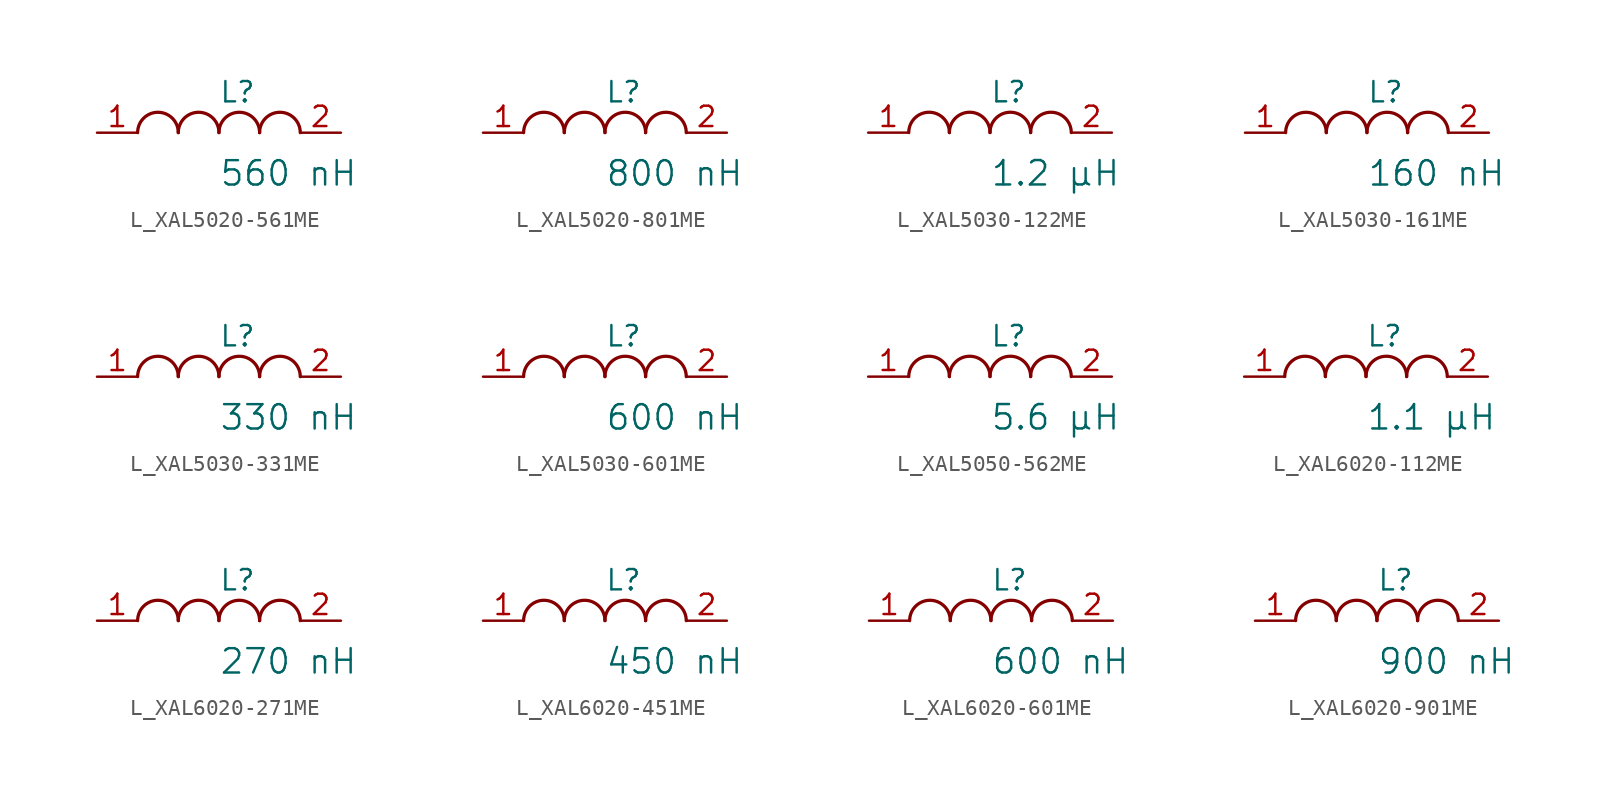
<source format=kicad_sym>
(kicad_symbol_lib
  (version 20231120)
  (generator "kicad_symbol_editor")
  (generator_version "8.0")
  (symbol "L_XAL5020-561ME"
    (pin_names
      (offset 0.254))
    (property "Reference" "L"
      (at 0 2.54 0)
      (effects (font (size 1.27 1.27)) (justify left)))
    (property "Value" "560 nH"
      (at 0 -2.54 0)
      (effects (font (size 1.524 1.524)) (justify left)))
    (symbol "L_XAL5020-561ME_1_1"
      (arc (start -2.54 0.0056) (mid -3.81 1.27) (end -5.08 0.0056) (stroke (width 0.2032) (type default)) (fill (type none)))
      (arc (start 0 0.0056) (mid -1.27 1.27) (end -2.54 0.0056) (stroke (width 0.2032) (type default)) (fill (type none)))
      (arc (start 2.54 0.0056) (mid 1.27 1.27) (end 0 0.0056) (stroke (width 0.2032) (type default)) (fill (type none)))
      (arc (start 5.08 0.0056) (mid 3.81 1.27) (end 2.54 0.0056) (stroke (width 0.2032) (type default)) (fill (type none)))
      (pin unspecified line (at -7.62 0 0) (length 2.54) (name "" (effects (font (size 1.27 1.27)))) (number "1" (effects (font (size 1.27 1.27)))))
      (pin unspecified line (at 7.62 0 180) (length 2.54) (name "" (effects (font (size 1.27 1.27)))) (number "2" (effects (font (size 1.27 1.27)))))))
  (symbol "L_XAL5020-801ME"
    (pin_names
      (offset 0.254))
    (property "Reference" "L"
      (at 0 2.54 0)
      (effects (font (size 1.27 1.27)) (justify left)))
    (property "Value" "800 nH"
      (at 0 -2.54 0)
      (effects (font (size 1.524 1.524)) (justify left)))
    (symbol "L_XAL5020-801ME_1_1"
      (arc (start -2.54 0.0056) (mid -3.81 1.27) (end -5.08 0.0056) (stroke (width 0.2032) (type default)) (fill (type none)))
      (arc (start 0 0.0056) (mid -1.27 1.27) (end -2.54 0.0056) (stroke (width 0.2032) (type default)) (fill (type none)))
      (arc (start 2.54 0.0056) (mid 1.27 1.27) (end 0 0.0056) (stroke (width 0.2032) (type default)) (fill (type none)))
      (arc (start 5.08 0.0056) (mid 3.81 1.27) (end 2.54 0.0056) (stroke (width 0.2032) (type default)) (fill (type none)))
      (pin unspecified line (at -7.62 0 0) (length 2.54) (name "" (effects (font (size 1.27 1.27)))) (number "1" (effects (font (size 1.27 1.27)))))
      (pin unspecified line (at 7.62 0 180) (length 2.54) (name "" (effects (font (size 1.27 1.27)))) (number "2" (effects (font (size 1.27 1.27)))))))
  (symbol "L_XAL5030-122ME"
    (pin_names
      (offset 0.254))
    (property "Reference" "L"
      (at 0 2.54 0)
      (effects (font (size 1.27 1.27)) (justify left)))
    (property "Value" "1.2 µH"
      (at 0 -2.54 0)
      (effects (font (size 1.524 1.524)) (justify left)))
    (symbol "L_XAL5030-122ME_1_1"
      (arc (start -2.54 0.0056) (mid -3.81 1.27) (end -5.08 0.0056) (stroke (width 0.2032) (type default)) (fill (type none)))
      (arc (start 0 0.0056) (mid -1.27 1.27) (end -2.54 0.0056) (stroke (width 0.2032) (type default)) (fill (type none)))
      (arc (start 2.54 0.0056) (mid 1.27 1.27) (end 0 0.0056) (stroke (width 0.2032) (type default)) (fill (type none)))
      (arc (start 5.08 0.0056) (mid 3.81 1.27) (end 2.54 0.0056) (stroke (width 0.2032) (type default)) (fill (type none)))
      (pin unspecified line (at -7.62 0 0) (length 2.54) (name "" (effects (font (size 1.27 1.27)))) (number "1" (effects (font (size 1.27 1.27)))))
      (pin unspecified line (at 7.62 0 180) (length 2.54) (name "" (effects (font (size 1.27 1.27)))) (number "2" (effects (font (size 1.27 1.27)))))))
  (symbol "L_XAL5030-161ME"
    (pin_names
      (offset 0.254))
    (property "Reference" "L"
      (at 0 2.54 0)
      (effects (font (size 1.27 1.27)) (justify left)))
    (property "Value" "160 nH"
      (at 0 -2.54 0)
      (effects (font (size 1.524 1.524)) (justify left)))
    (symbol "L_XAL5030-161ME_1_1"
      (arc (start -2.54 0.0056) (mid -3.81 1.27) (end -5.08 0.0056) (stroke (width 0.2032) (type default)) (fill (type none)))
      (arc (start 0 0.0056) (mid -1.27 1.27) (end -2.54 0.0056) (stroke (width 0.2032) (type default)) (fill (type none)))
      (arc (start 2.54 0.0056) (mid 1.27 1.27) (end 0 0.0056) (stroke (width 0.2032) (type default)) (fill (type none)))
      (arc (start 5.08 0.0056) (mid 3.81 1.27) (end 2.54 0.0056) (stroke (width 0.2032) (type default)) (fill (type none)))
      (pin unspecified line (at -7.62 0 0) (length 2.54) (name "" (effects (font (size 1.27 1.27)))) (number "1" (effects (font (size 1.27 1.27)))))
      (pin unspecified line (at 7.62 0 180) (length 2.54) (name "" (effects (font (size 1.27 1.27)))) (number "2" (effects (font (size 1.27 1.27)))))))
  (symbol "L_XAL5030-331ME"
    (pin_names
      (offset 0.254))
    (property "Reference" "L"
      (at 0 2.54 0)
      (effects (font (size 1.27 1.27)) (justify left)))
    (property "Value" "330 nH"
      (at 0 -2.54 0)
      (effects (font (size 1.524 1.524)) (justify left)))
    (symbol "L_XAL5030-331ME_1_1"
      (arc (start -2.54 0.0056) (mid -3.81 1.27) (end -5.08 0.0056) (stroke (width 0.2032) (type default)) (fill (type none)))
      (arc (start 0 0.0056) (mid -1.27 1.27) (end -2.54 0.0056) (stroke (width 0.2032) (type default)) (fill (type none)))
      (arc (start 2.54 0.0056) (mid 1.27 1.27) (end 0 0.0056) (stroke (width 0.2032) (type default)) (fill (type none)))
      (arc (start 5.08 0.0056) (mid 3.81 1.27) (end 2.54 0.0056) (stroke (width 0.2032) (type default)) (fill (type none)))
      (pin unspecified line (at -7.62 0 0) (length 2.54) (name "" (effects (font (size 1.27 1.27)))) (number "1" (effects (font (size 1.27 1.27)))))
      (pin unspecified line (at 7.62 0 180) (length 2.54) (name "" (effects (font (size 1.27 1.27)))) (number "2" (effects (font (size 1.27 1.27)))))))
  (symbol "L_XAL5030-601ME"
    (pin_names
      (offset 0.254))
    (property "Reference" "L"
      (at 0 2.54 0)
      (effects (font (size 1.27 1.27)) (justify left)))
    (property "Value" "600 nH"
      (at 0 -2.54 0)
      (effects (font (size 1.524 1.524)) (justify left)))
    (symbol "L_XAL5030-601ME_1_1"
      (arc (start -2.54 0.0056) (mid -3.81 1.27) (end -5.08 0.0056) (stroke (width 0.2032) (type default)) (fill (type none)))
      (arc (start 0 0.0056) (mid -1.27 1.27) (end -2.54 0.0056) (stroke (width 0.2032) (type default)) (fill (type none)))
      (arc (start 2.54 0.0056) (mid 1.27 1.27) (end 0 0.0056) (stroke (width 0.2032) (type default)) (fill (type none)))
      (arc (start 5.08 0.0056) (mid 3.81 1.27) (end 2.54 0.0056) (stroke (width 0.2032) (type default)) (fill (type none)))
      (pin unspecified line (at -7.62 0 0) (length 2.54) (name "" (effects (font (size 1.27 1.27)))) (number "1" (effects (font (size 1.27 1.27)))))
      (pin unspecified line (at 7.62 0 180) (length 2.54) (name "" (effects (font (size 1.27 1.27)))) (number "2" (effects (font (size 1.27 1.27)))))))
  (symbol "L_XAL5050-562ME"
    (pin_names
      (offset 0.254))
    (property "Reference" "L"
      (at 0 2.54 0)
      (effects (font (size 1.27 1.27)) (justify left)))
    (property "Value" "5.6 µH"
      (at 0 -2.54 0)
      (effects (font (size 1.524 1.524)) (justify left)))
    (symbol "L_XAL5050-562ME_1_1"
      (arc (start -2.54 0.0056) (mid -3.81 1.27) (end -5.08 0.0056) (stroke (width 0.2032) (type default)) (fill (type none)))
      (arc (start 0 0.0056) (mid -1.27 1.27) (end -2.54 0.0056) (stroke (width 0.2032) (type default)) (fill (type none)))
      (arc (start 2.54 0.0056) (mid 1.27 1.27) (end 0 0.0056) (stroke (width 0.2032) (type default)) (fill (type none)))
      (arc (start 5.08 0.0056) (mid 3.81 1.27) (end 2.54 0.0056) (stroke (width 0.2032) (type default)) (fill (type none)))
      (pin unspecified line (at -7.62 0 0) (length 2.54) (name "" (effects (font (size 1.27 1.27)))) (number "1" (effects (font (size 1.27 1.27)))))
      (pin unspecified line (at 7.62 0 180) (length 2.54) (name "" (effects (font (size 1.27 1.27)))) (number "2" (effects (font (size 1.27 1.27)))))))
  (symbol "L_XAL6020-112ME"
    (pin_names
      (offset 0.254))
    (property "Reference" "L"
      (at 0 2.54 0)
      (effects (font (size 1.27 1.27)) (justify left)))
    (property "Value" "1.1 µH"
      (at 0 -2.54 0)
      (effects (font (size 1.524 1.524)) (justify left)))
    (symbol "L_XAL6020-112ME_1_1"
      (arc (start -2.54 0.0056) (mid -3.81 1.27) (end -5.08 0.0056) (stroke (width 0.2032) (type default)) (fill (type none)))
      (arc (start 0 0.0056) (mid -1.27 1.27) (end -2.54 0.0056) (stroke (width 0.2032) (type default)) (fill (type none)))
      (arc (start 2.54 0.0056) (mid 1.27 1.27) (end 0 0.0056) (stroke (width 0.2032) (type default)) (fill (type none)))
      (arc (start 5.08 0.0056) (mid 3.81 1.27) (end 2.54 0.0056) (stroke (width 0.2032) (type default)) (fill (type none)))
      (pin unspecified line (at -7.62 0 0) (length 2.54) (name "" (effects (font (size 1.27 1.27)))) (number "1" (effects (font (size 1.27 1.27)))))
      (pin unspecified line (at 7.62 0 180) (length 2.54) (name "" (effects (font (size 1.27 1.27)))) (number "2" (effects (font (size 1.27 1.27)))))))
  (symbol "L_XAL6020-271ME"
    (pin_names
      (offset 0.254))
    (property "Reference" "L"
      (at 0 2.54 0)
      (effects (font (size 1.27 1.27)) (justify left)))
    (property "Value" "270 nH"
      (at 0 -2.54 0)
      (effects (font (size 1.524 1.524)) (justify left)))
    (symbol "L_XAL6020-271ME_1_1"
      (arc (start -2.54 0.0056) (mid -3.81 1.27) (end -5.08 0.0056) (stroke (width 0.2032) (type default)) (fill (type none)))
      (arc (start 0 0.0056) (mid -1.27 1.27) (end -2.54 0.0056) (stroke (width 0.2032) (type default)) (fill (type none)))
      (arc (start 2.54 0.0056) (mid 1.27 1.27) (end 0 0.0056) (stroke (width 0.2032) (type default)) (fill (type none)))
      (arc (start 5.08 0.0056) (mid 3.81 1.27) (end 2.54 0.0056) (stroke (width 0.2032) (type default)) (fill (type none)))
      (pin unspecified line (at -7.62 0 0) (length 2.54) (name "" (effects (font (size 1.27 1.27)))) (number "1" (effects (font (size 1.27 1.27)))))
      (pin unspecified line (at 7.62 0 180) (length 2.54) (name "" (effects (font (size 1.27 1.27)))) (number "2" (effects (font (size 1.27 1.27)))))))
  (symbol "L_XAL6020-451ME"
    (pin_names
      (offset 0.254))
    (property "Reference" "L"
      (at 0 2.54 0)
      (effects (font (size 1.27 1.27)) (justify left)))
    (property "Value" "450 nH"
      (at 0 -2.54 0)
      (effects (font (size 1.524 1.524)) (justify left)))
    (symbol "L_XAL6020-451ME_1_1"
      (arc (start -2.54 0.0056) (mid -3.81 1.27) (end -5.08 0.0056) (stroke (width 0.2032) (type default)) (fill (type none)))
      (arc (start 0 0.0056) (mid -1.27 1.27) (end -2.54 0.0056) (stroke (width 0.2032) (type default)) (fill (type none)))
      (arc (start 2.54 0.0056) (mid 1.27 1.27) (end 0 0.0056) (stroke (width 0.2032) (type default)) (fill (type none)))
      (arc (start 5.08 0.0056) (mid 3.81 1.27) (end 2.54 0.0056) (stroke (width 0.2032) (type default)) (fill (type none)))
      (pin unspecified line (at -7.62 0 0) (length 2.54) (name "" (effects (font (size 1.27 1.27)))) (number "1" (effects (font (size 1.27 1.27)))))
      (pin unspecified line (at 7.62 0 180) (length 2.54) (name "" (effects (font (size 1.27 1.27)))) (number "2" (effects (font (size 1.27 1.27)))))))
  (symbol "L_XAL6020-601ME"
    (pin_names
      (offset 0.254))
    (property "Reference" "L"
      (at 0 2.54 0)
      (effects (font (size 1.27 1.27)) (justify left)))
    (property "Value" "600 nH"
      (at 0 -2.54 0)
      (effects (font (size 1.524 1.524)) (justify left)))
    (symbol "L_XAL6020-601ME_1_1"
      (arc (start -2.54 0.0056) (mid -3.81 1.27) (end -5.08 0.0056) (stroke (width 0.2032) (type default)) (fill (type none)))
      (arc (start 0 0.0056) (mid -1.27 1.27) (end -2.54 0.0056) (stroke (width 0.2032) (type default)) (fill (type none)))
      (arc (start 2.54 0.0056) (mid 1.27 1.27) (end 0 0.0056) (stroke (width 0.2032) (type default)) (fill (type none)))
      (arc (start 5.08 0.0056) (mid 3.81 1.27) (end 2.54 0.0056) (stroke (width 0.2032) (type default)) (fill (type none)))
      (pin unspecified line (at -7.62 0 0) (length 2.54) (name "" (effects (font (size 1.27 1.27)))) (number "1" (effects (font (size 1.27 1.27)))))
      (pin unspecified line (at 7.62 0 180) (length 2.54) (name "" (effects (font (size 1.27 1.27)))) (number "2" (effects (font (size 1.27 1.27)))))))
  (symbol "L_XAL6020-901ME"
    (pin_names
      (offset 0.254))
    (property "Reference" "L"
      (at 0 2.54 0)
      (effects (font (size 1.27 1.27)) (justify left)))
    (property "Value" "900 nH"
      (at 0 -2.54 0)
      (effects (font (size 1.524 1.524)) (justify left)))
    (symbol "L_XAL6020-901ME_1_1"
      (arc (start -2.54 0.0056) (mid -3.81 1.27) (end -5.08 0.0056) (stroke (width 0.2032) (type default)) (fill (type none)))
      (arc (start 0 0.0056) (mid -1.27 1.27) (end -2.54 0.0056) (stroke (width 0.2032) (type default)) (fill (type none)))
      (arc (start 2.54 0.0056) (mid 1.27 1.27) (end 0 0.0056) (stroke (width 0.2032) (type default)) (fill (type none)))
      (arc (start 5.08 0.0056) (mid 3.81 1.27) (end 2.54 0.0056) (stroke (width 0.2032) (type default)) (fill (type none)))
      (pin unspecified line (at -7.62 0 0) (length 2.54) (name "" (effects (font (size 1.27 1.27)))) (number "1" (effects (font (size 1.27 1.27)))))
      (pin unspecified line (at 7.62 0 180) (length 2.54) (name "" (effects (font (size 1.27 1.27)))) (number "2" (effects (font (size 1.27 1.27))))))))
</source>
